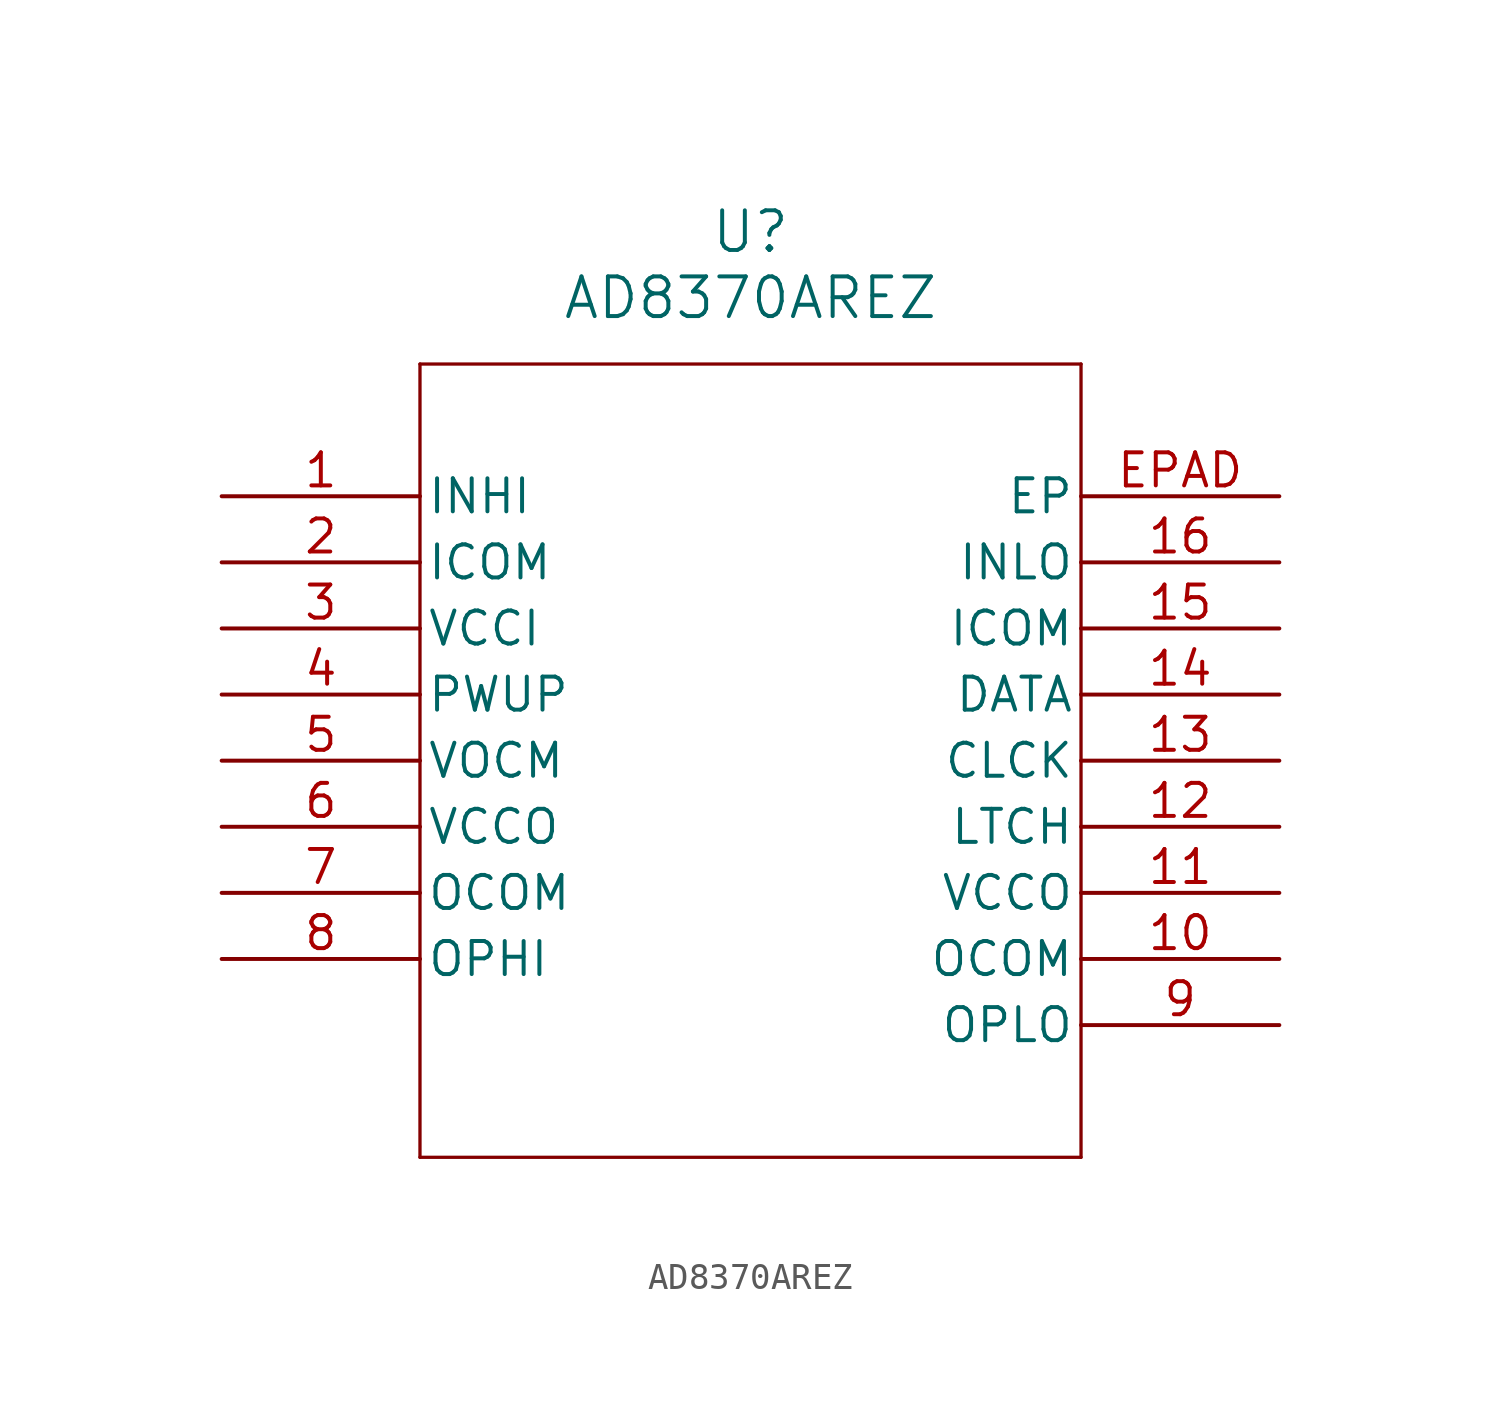
<source format=kicad_sym>
(kicad_symbol_lib
  (version 20211014)
  (generator kicad_symbol_editor)
  (symbol "AD8370AREZ"
    (pin_names
      (offset 0.254))
    (property "Reference" "U"
      (at 20.32 10.16 0)
      (effects (font (size 1.524 1.524))))
    (property "Value" "AD8370AREZ"
      (at 20.32 7.62 0)
      (effects (font (size 1.524 1.524))))
    (symbol "AD8370AREZ_0_1"
      (polyline (pts (xy 7.62 5.08) (xy 7.62 -25.4)) (stroke (width 0.127) (type default) (color 0 0 0 0)) (fill (type none)))
      (polyline (pts (xy 7.62 -25.4) (xy 33.02 -25.4)) (stroke (width 0.127) (type default) (color 0 0 0 0)) (fill (type none)))
      (polyline (pts (xy 33.02 -25.4) (xy 33.02 5.08)) (stroke (width 0.127) (type default) (color 0 0 0 0)) (fill (type none)))
      (polyline (pts (xy 33.02 5.08) (xy 7.62 5.08)) (stroke (width 0.127) (type default) (color 0 0 0 0)) (fill (type none)))
      (pin unspecified line (at 0 0 0) (length 7.62) (name "INHI" (effects (font (size 1.27 1.27)))) (number "1" (effects (font (size 1.27 1.27)))))
      (pin unspecified line (at 0 -2.54 0) (length 7.62) (name "ICOM" (effects (font (size 1.27 1.27)))) (number "2" (effects (font (size 1.27 1.27)))))
      (pin power_in line (at 0 -5.08 0) (length 7.62) (name "VCCI" (effects (font (size 1.27 1.27)))) (number "3" (effects (font (size 1.27 1.27)))))
      (pin unspecified line (at 0 -7.62 0) (length 7.62) (name "PWUP" (effects (font (size 1.27 1.27)))) (number "4" (effects (font (size 1.27 1.27)))))
      (pin unspecified line (at 0 -10.16 0) (length 7.62) (name "VOCM" (effects (font (size 1.27 1.27)))) (number "5" (effects (font (size 1.27 1.27)))))
      (pin power_in line (at 0 -12.7 0) (length 7.62) (name "VCCO" (effects (font (size 1.27 1.27)))) (number "6" (effects (font (size 1.27 1.27)))))
      (pin unspecified line (at 0 -15.24 0) (length 7.62) (name "OCOM" (effects (font (size 1.27 1.27)))) (number "7" (effects (font (size 1.27 1.27)))))
      (pin unspecified line (at 0 -17.78 0) (length 7.62) (name "OPHI" (effects (font (size 1.27 1.27)))) (number "8" (effects (font (size 1.27 1.27)))))
      (pin unspecified line (at 40.64 -20.32 180) (length 7.62) (name "OPLO" (effects (font (size 1.27 1.27)))) (number "9" (effects (font (size 1.27 1.27)))))
      (pin unspecified line (at 40.64 -17.78 180) (length 7.62) (name "OCOM" (effects (font (size 1.27 1.27)))) (number "10" (effects (font (size 1.27 1.27)))))
      (pin power_in line (at 40.64 -15.24 180) (length 7.62) (name "VCCO" (effects (font (size 1.27 1.27)))) (number "11" (effects (font (size 1.27 1.27)))))
      (pin unspecified line (at 40.64 -12.7 180) (length 7.62) (name "LTCH" (effects (font (size 1.27 1.27)))) (number "12" (effects (font (size 1.27 1.27)))))
      (pin unspecified line (at 40.64 -10.16 180) (length 7.62) (name "CLCK" (effects (font (size 1.27 1.27)))) (number "13" (effects (font (size 1.27 1.27)))))
      (pin unspecified line (at 40.64 -7.62 180) (length 7.62) (name "DATA" (effects (font (size 1.27 1.27)))) (number "14" (effects (font (size 1.27 1.27)))))
      (pin unspecified line (at 40.64 -5.08 180) (length 7.62) (name "ICOM" (effects (font (size 1.27 1.27)))) (number "15" (effects (font (size 1.27 1.27)))))
      (pin unspecified line (at 40.64 -2.54 180) (length 7.62) (name "INLO" (effects (font (size 1.27 1.27)))) (number "16" (effects (font (size 1.27 1.27)))))
      (pin unspecified line (at 40.64 0 180) (length 7.62) (name "EP" (effects (font (size 1.27 1.27)))) (number "EPAD" (effects (font (size 1.27 1.27))))))))
</source>
